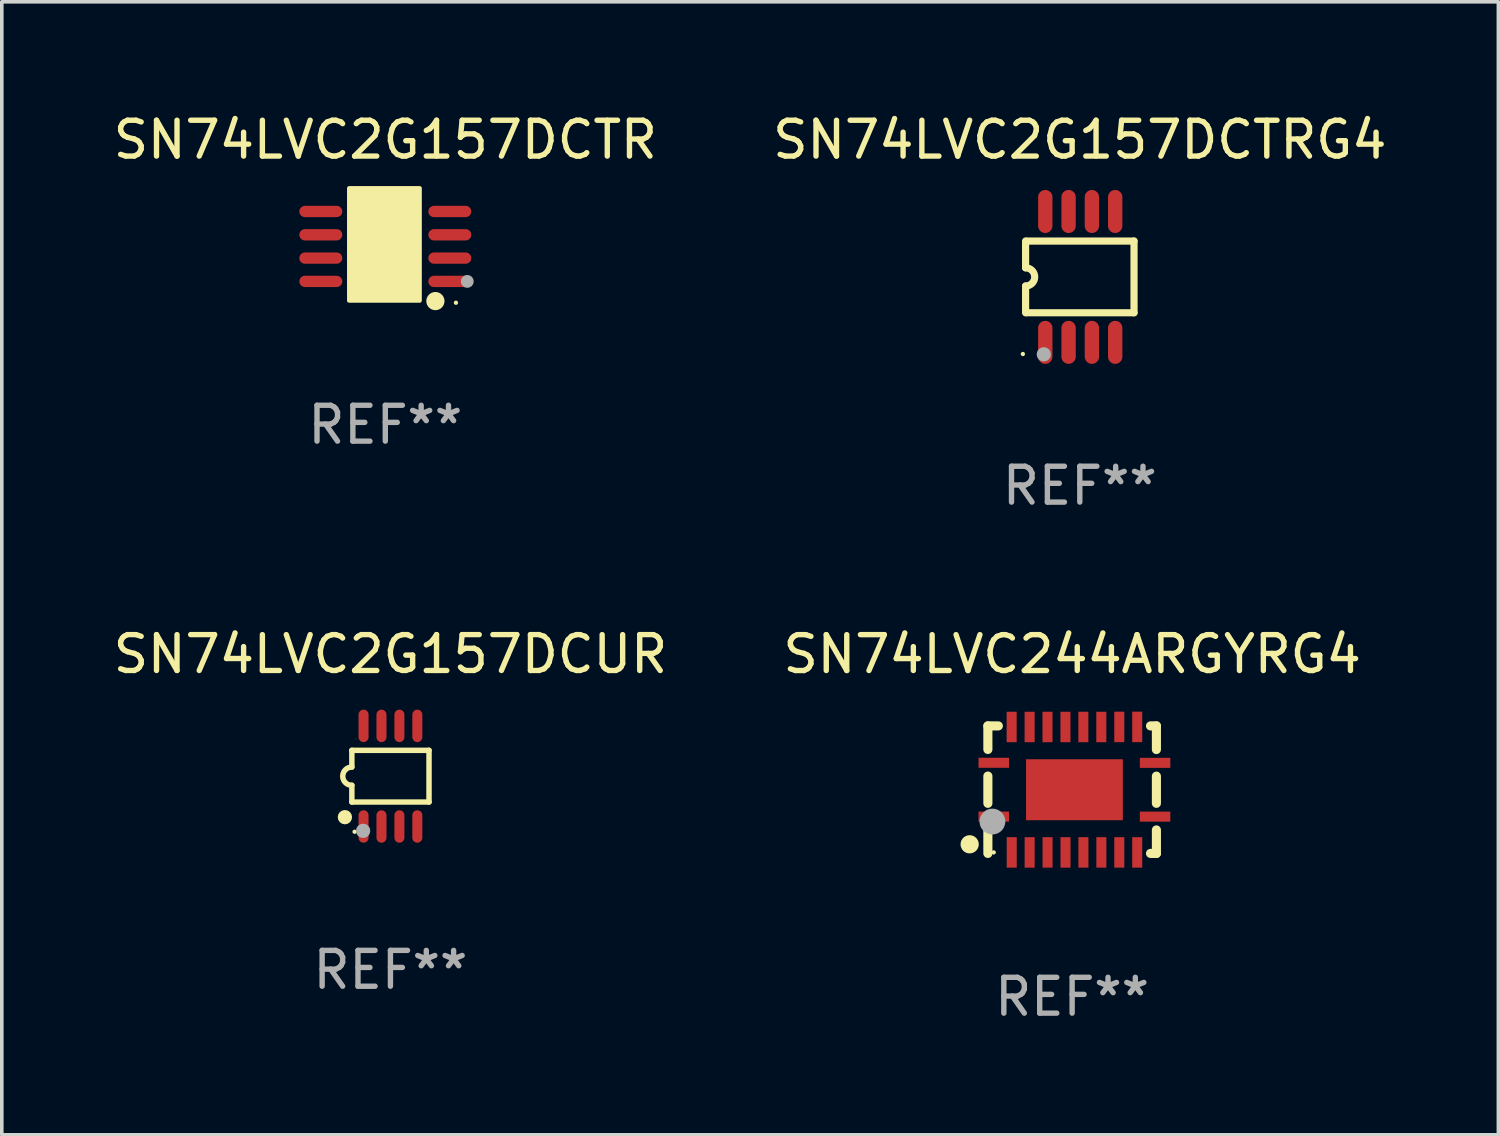
<source format=kicad_pcb>
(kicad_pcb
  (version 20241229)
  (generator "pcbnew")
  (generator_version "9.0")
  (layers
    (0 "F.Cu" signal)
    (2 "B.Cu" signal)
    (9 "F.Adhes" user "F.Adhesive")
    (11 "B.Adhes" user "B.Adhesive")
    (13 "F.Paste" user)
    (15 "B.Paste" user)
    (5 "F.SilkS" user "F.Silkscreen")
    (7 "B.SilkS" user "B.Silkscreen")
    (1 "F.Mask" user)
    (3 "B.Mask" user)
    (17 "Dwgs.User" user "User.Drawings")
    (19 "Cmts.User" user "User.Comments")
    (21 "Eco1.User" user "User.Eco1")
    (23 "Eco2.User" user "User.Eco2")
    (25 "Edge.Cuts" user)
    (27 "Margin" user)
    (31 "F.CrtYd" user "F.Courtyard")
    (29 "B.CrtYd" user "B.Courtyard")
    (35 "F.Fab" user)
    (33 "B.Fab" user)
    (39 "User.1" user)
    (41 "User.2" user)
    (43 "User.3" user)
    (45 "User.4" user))
  (footprint "SN74LVC244ARGYRG4"
    (layer "F.Cu")
    (at 26.851 18.973)
    (property "Reference" "SN74LVC244ARGYRG4" (at 0 -3.778 0) (layer "F.SilkS") (effects (font (size 1 1) (thickness 0.15))))
    (attr through_hole)
    (fp_line (start -2.35 -1.778) (end -2.35 -1.121) (stroke (width 0.254) (type solid)) (layer "F.SilkS"))
    (fp_line (start -2.35 -1.778) (end -2.058 -1.778) (stroke (width 0.254) (type solid)) (layer "F.SilkS"))
    (fp_line (start -2.35 -0.379) (end -2.35 0.381) (stroke (width 0.254) (type solid)) (layer "F.SilkS"))
    (fp_line (start -2.35 1.123) (end -2.35 1.778) (stroke (width 0.254) (type solid)) (layer "F.SilkS"))
    (fp_line (start 2.186 -1.778) (end 2.35 -1.778) (stroke (width 0.254) (type solid)) (layer "F.SilkS"))
    (fp_line (start 2.35 -1.778) (end 2.35 -1.119) (stroke (width 0.254) (type solid)) (layer "F.SilkS"))
    (fp_line (start 2.35 -0.377) (end 2.35 0.381) (stroke (width 0.254) (type solid)) (layer "F.SilkS"))
    (fp_line (start 2.35 1.123) (end 2.35 1.778) (stroke (width 0.254) (type solid)) (layer "F.SilkS"))
    (fp_line (start 2.35 1.778) (end 2.186 1.778) (stroke (width 0.254) (type solid)) (layer "F.SilkS"))
    (fp_circle (center -2.858 1.524) (end -2.731 1.524) (stroke (width 0.254) (type solid)) (fill no) (layer "F.SilkS"))
    (fp_circle (center -2.187 1.75) (end -2.157 1.75) (stroke (width 0.06) (type solid)) (fill no) (layer "F.SilkS"))
    (fp_circle (center -2.223 0.889) (end -2.043 0.889) (stroke (width 0.36) (type solid)) (fill no) (layer "F.Fab"))
    (fp_text user "REF**" (at 0 5.778 0) (layer "F.Fab") (effects (font (size 1 1) (thickness 0.15))))
    (pad "1" smd rect (at -2.186 0.752) (size 0.85 0.28) (layers "F.Cu" "F.Mask" "F.Paste"))
    (pad "2" smd rect (at -1.685 1.75) (size 0.28 0.85) (layers "F.Cu" "F.Mask" "F.Paste"))
    (pad "3" smd rect (at -1.185 1.75) (size 0.28 0.85) (layers "F.Cu" "F.Mask" "F.Paste"))
    (pad "4" smd rect (at -0.685 1.75) (size 0.28 0.85) (layers "F.Cu" "F.Mask" "F.Paste"))
    (pad "5" smd rect (at -0.185 1.75) (size 0.28 0.85) (layers "F.Cu" "F.Mask" "F.Paste"))
    (pad "6" smd rect (at 0.315 1.75) (size 0.28 0.85) (layers "F.Cu" "F.Mask" "F.Paste"))
    (pad "7" smd rect (at 0.815 1.75) (size 0.28 0.85) (layers "F.Cu" "F.Mask" "F.Paste"))
    (pad "8" smd rect (at 1.315 1.75) (size 0.28 0.85) (layers "F.Cu" "F.Mask" "F.Paste"))
    (pad "9" smd rect (at 1.815 1.75) (size 0.28 0.85) (layers "F.Cu" "F.Mask" "F.Paste"))
    (pad "10" smd rect (at 2.313 0.752) (size 0.85 0.28) (layers "F.Cu" "F.Mask" "F.Paste"))
    (pad "11" smd rect (at 2.313 -0.748) (size 0.85 0.28) (layers "F.Cu" "F.Mask" "F.Paste"))
    (pad "12" smd rect (at 1.815 -1.75) (size 0.28 0.85) (layers "F.Cu" "F.Mask" "F.Paste"))
    (pad "13" smd rect (at 1.315 -1.75) (size 0.28 0.85) (layers "F.Cu" "F.Mask" "F.Paste"))
    (pad "14" smd rect (at 0.814 -1.748) (size 0.28 0.85) (layers "F.Cu" "F.Mask" "F.Paste"))
    (pad "15" smd rect (at 0.313 -1.748) (size 0.28 0.85) (layers "F.Cu" "F.Mask" "F.Paste"))
    (pad "16" smd rect (at -0.186 -1.748) (size 0.28 0.85) (layers "F.Cu" "F.Mask" "F.Paste"))
    (pad "17" smd rect (at -0.687 -1.748) (size 0.28 0.85) (layers "F.Cu" "F.Mask" "F.Paste"))
    (pad "18" smd rect (at -1.186 -1.748) (size 0.28 0.85) (layers "F.Cu" "F.Mask" "F.Paste"))
    (pad "19" smd rect (at -1.687 -1.748) (size 0.28 0.85) (layers "F.Cu" "F.Mask" "F.Paste"))
    (pad "20" smd rect (at -2.186 -0.75) (size 0.85 0.28) (layers "F.Cu" "F.Mask" "F.Paste"))
    (pad "21" smd rect (at 0.064 0.002 90) (size 1.7 2.7) (layers "F.Cu" "F.Mask" "F.Paste")))
  (footprint "SN74LVC2G157DCTRG4"
    (layer "F.Cu")
    (at 27.065 4.673)
    (property "Reference" "SN74LVC2G157DCTRG4" (at 0 -3.825 0) (layer "F.SilkS") (effects (font (size 1 1) (thickness 0.15))))
    (attr through_hole)
    (fp_line (start -1.512 -0.254) (end -1.512 -1) (stroke (width 0.2) (type solid)) (layer "F.SilkS"))
    (fp_line (start -1.512 0.254) (end -1.512 1) (stroke (width 0.2) (type solid)) (layer "F.SilkS"))
    (fp_line (start -1.488 -1) (end 1.512 -1) (stroke (width 0.2) (type solid)) (layer "F.SilkS"))
    (fp_line (start 1.512 -1) (end 1.512 1) (stroke (width 0.2) (type solid)) (layer "F.SilkS"))
    (fp_line (start 1.512 1) (end -1.488 1) (stroke (width 0.2) (type solid)) (layer "F.SilkS"))
    (fp_arc (start -1.512002 -0.254001) (mid -1.258001 0) (end -1.512002 0.254001) (stroke (width 0.2) (type solid)) (layer "F.SilkS"))
    (fp_circle (center -1.588 2.15) (end -1.558 2.15) (stroke (width 0.06) (type solid)) (fill no) (layer "F.SilkS"))
    (fp_circle (center -1.004 2.159) (end -0.904 2.159) (stroke (width 0.2) (type solid)) (fill no) (layer "F.Fab"))
    (fp_text user "REF**" (at 0 5.825 0) (layer "F.Fab") (effects (font (size 1 1) (thickness 0.15))))
    (pad "1" smd oval (at -0.963 1.825 270) (size 1.2 0.4) (layers "F.Cu" "F.Mask" "F.Paste"))
    (pad "2" smd oval (at -0.313 1.825 270) (size 1.2 0.4) (layers "F.Cu" "F.Mask" "F.Paste"))
    (pad "3" smd oval (at 0.337 1.825 270) (size 1.2 0.4) (layers "F.Cu" "F.Mask" "F.Paste"))
    (pad "4" smd oval (at 0.987 1.825 270) (size 1.2 0.4) (layers "F.Cu" "F.Mask" "F.Paste"))
    (pad "5" smd oval (at 0.987 -1.825 270) (size 1.2 0.4) (layers "F.Cu" "F.Mask" "F.Paste"))
    (pad "6" smd oval (at 0.337 -1.825 270) (size 1.2 0.4) (layers "F.Cu" "F.Mask" "F.Paste"))
    (pad "7" smd oval (at -0.313 -1.825 270) (size 1.2 0.4) (layers "F.Cu" "F.Mask" "F.Paste"))
    (pad "8" smd oval (at -0.963 -1.825 270) (size 1.2 0.4) (layers "F.Cu" "F.Mask" "F.Paste")))
  (footprint "SN74LVC2G157DCUR"
    (layer "F.Cu")
    (at 7.839 18.597)
    (property "Reference" "SN74LVC2G157DCUR" (at 0 -3.403 0) (layer "F.SilkS") (effects (font (size 1 1) (thickness 0.15))))
    (attr through_hole)
    (fp_line (start -1.076 -0.721) (end 1.076 -0.721) (stroke (width 0.152) (type solid)) (layer "F.SilkS"))
    (fp_line (start -1.076 -0.254) (end -1.076 -0.721) (stroke (width 0.152) (type solid)) (layer "F.SilkS"))
    (fp_line (start -1.076 0.254) (end -1.076 0.721) (stroke (width 0.152) (type solid)) (layer "F.SilkS"))
    (fp_line (start 1.076 -0.721) (end 1.076 0.721) (stroke (width 0.152) (type solid)) (layer "F.SilkS"))
    (fp_line (start 1.076 0.721) (end -1.076 0.721) (stroke (width 0.152) (type solid)) (layer "F.SilkS"))
    (fp_arc (start -1.076226 0.254051) (mid -1.330226 0.000051) (end -1.076226 -0.253949) (stroke (width 0.151994) (type solid)) (layer "F.SilkS"))
    (fp_circle (center -1.27 1.143) (end -1.17 1.143) (stroke (width 0.2) (type solid)) (fill no) (layer "F.SilkS"))
    (fp_circle (center -1 1.55) (end -0.97 1.55) (stroke (width 0.06) (type solid)) (fill no) (layer "F.SilkS"))
    (fp_circle (center -0.762 1.524) (end -0.662 1.524) (stroke (width 0.2) (type solid)) (fill no) (layer "F.Fab"))
    (fp_text user "REF**" (at 0 5.403 0) (layer "F.Fab") (effects (font (size 1 1) (thickness 0.15))))
    (pad "1" smd oval (at -0.75 1.403) (size 0.28 0.905) (layers "F.Cu" "F.Mask" "F.Paste"))
    (pad "2" smd oval (at -0.25 1.403) (size 0.28 0.905) (layers "F.Cu" "F.Mask" "F.Paste"))
    (pad "3" smd oval (at 0.25 1.403) (size 0.28 0.905) (layers "F.Cu" "F.Mask" "F.Paste"))
    (pad "4" smd oval (at 0.75 1.403) (size 0.28 0.905) (layers "F.Cu" "F.Mask" "F.Paste"))
    (pad "5" smd oval (at 0.75 -1.403) (size 0.28 0.905) (layers "F.Cu" "F.Mask" "F.Paste"))
    (pad "6" smd oval (at 0.25 -1.403) (size 0.28 0.905) (layers "F.Cu" "F.Mask" "F.Paste"))
    (pad "7" smd oval (at -0.25 -1.403) (size 0.28 0.905) (layers "F.Cu" "F.Mask" "F.Paste"))
    (pad "8" smd oval (at -0.75 -1.403) (size 0.28 0.905) (layers "F.Cu" "F.Mask" "F.Paste")))
  (footprint "SN74LVC2G157DCTR"
    (layer "F.Cu")
    (at 7.696 3.823)
    (property "Reference" "SN74LVC2G157DCTR" (at 0 -2.975 0) (layer "F.SilkS") (effects (font (size 1 1) (thickness 0.15))))
    (attr through_hole)
    (fp_circle (center 0.508 1.016) (end 0.658 1.016) (stroke (width 0.3) (type solid)) (fill no) (layer "F.SilkS"))
    (fp_circle (center 1.397 1.524) (end 1.524 1.524) (stroke (width 0.254) (type solid)) (fill no) (layer "F.SilkS"))
    (fp_circle (center 1.97 1.57) (end 2 1.57) (stroke (width 0.06) (type solid)) (fill no) (layer "F.SilkS"))
    (fp_poly (pts (xy -1.008 -1.623) (xy 0.958 -1.623) (xy 0.958 1.51) (xy -1.008 1.51)) (stroke (width 0.12) (type solid)) (fill yes) (layer "F.SilkS"))
    (fp_circle (center 2.286 0.975) (end 2.376 0.975) (stroke (width 0.18) (type solid)) (fill no) (layer "F.Fab"))
    (fp_text user "REF**" (at 0 4.975 0) (layer "F.Fab") (effects (font (size 1 1) (thickness 0.15))))
    (pad "1" smd oval (at 1.799 0.975 90) (size 0.315 1.198) (layers "F.Cu" "F.Mask" "F.Paste"))
    (pad "2" smd oval (at 1.799 0.325 90) (size 0.315 1.198) (layers "F.Cu" "F.Mask" "F.Paste"))
    (pad "3" smd oval (at 1.799 -0.325 90) (size 0.315 1.198) (layers "F.Cu" "F.Mask" "F.Paste"))
    (pad "4" smd oval (at 1.799 -0.975 90) (size 0.315 1.198) (layers "F.Cu" "F.Mask" "F.Paste"))
    (pad "5" smd oval (at -1.799 -0.975 90) (size 0.315 1.198) (layers "F.Cu" "F.Mask" "F.Paste"))
    (pad "6" smd oval (at -1.799 -0.325 90) (size 0.315 1.198) (layers "F.Cu" "F.Mask" "F.Paste"))
    (pad "7" smd oval (at -1.799 0.325 90) (size 0.315 1.198) (layers "F.Cu" "F.Mask" "F.Paste"))
    (pad "8" smd oval (at -1.799 0.975 90) (size 0.315 1.198) (layers "F.Cu" "F.Mask" "F.Paste")))
  (gr_rect
    (start -3 -3)
    (end 38.738 28.599)
    (stroke (width 0.1) (type default))
    (fill no)
    (layer "Edge.Cuts")))
</source>
